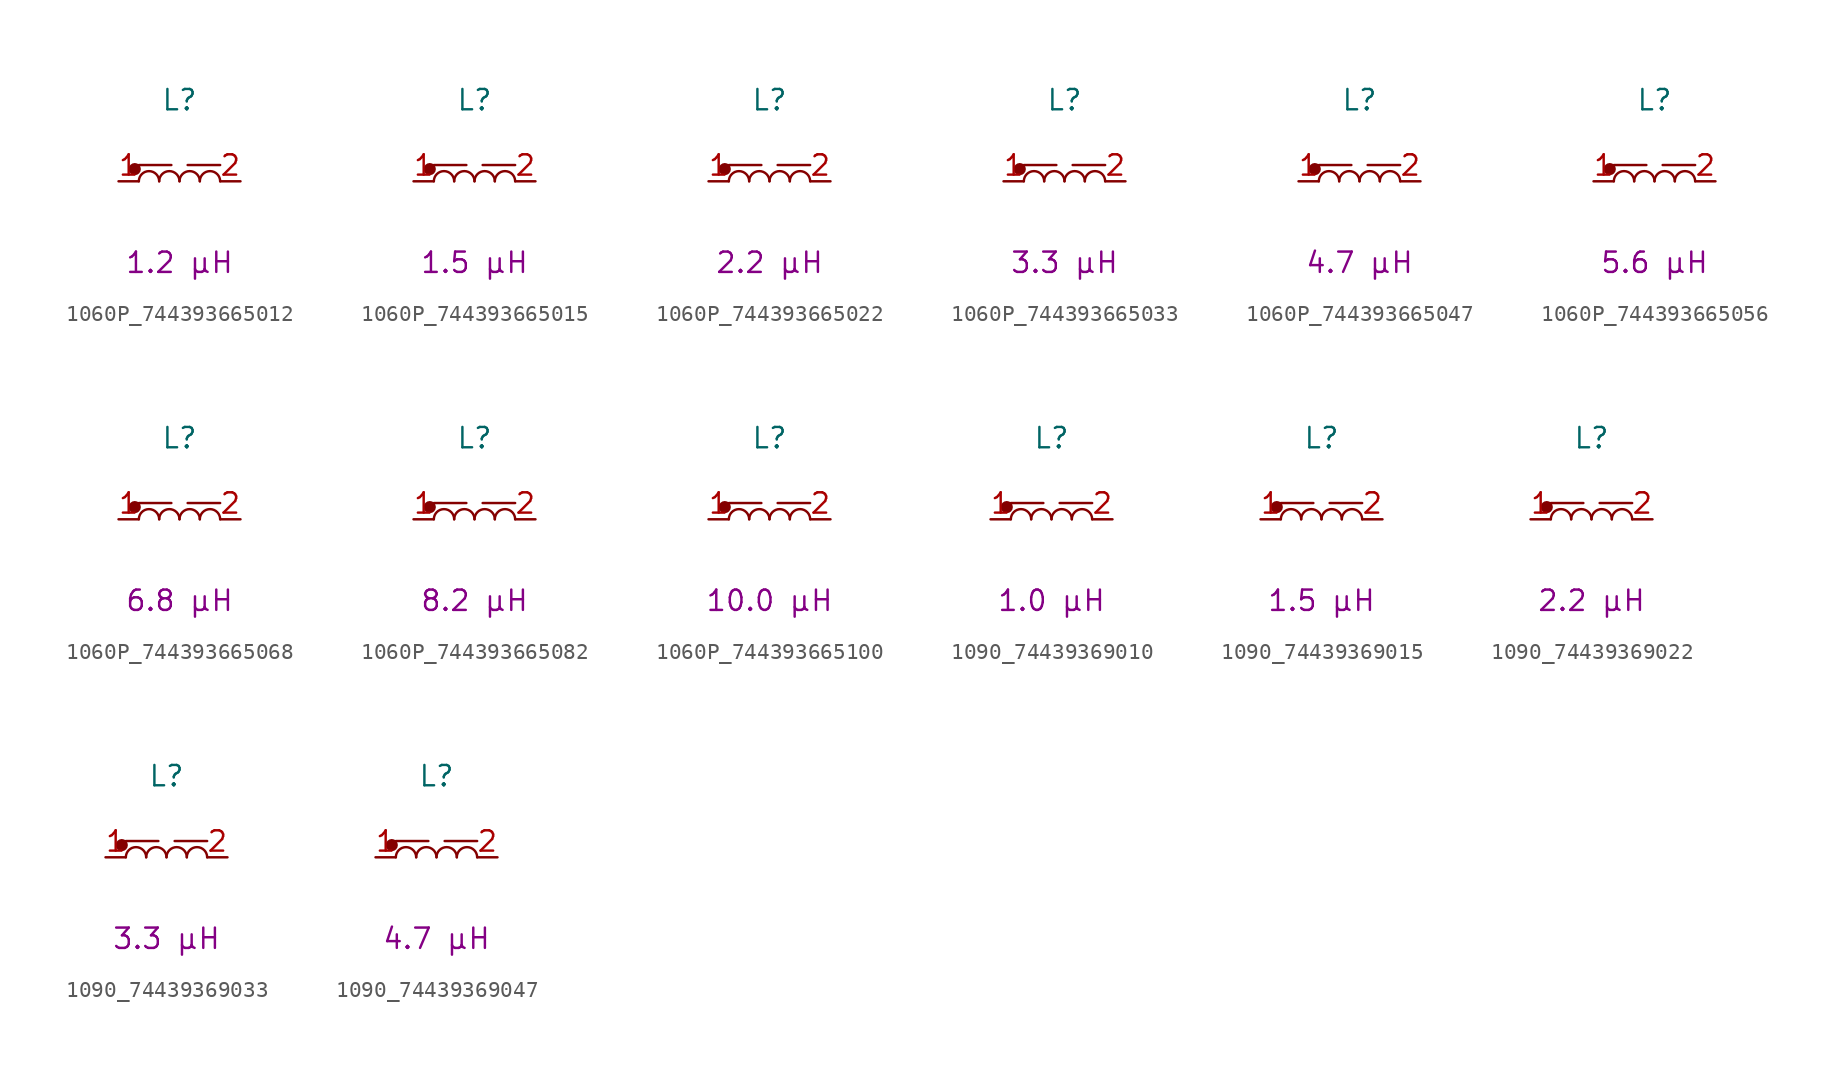
<source format=kicad_sym>
(kicad_symbol_lib
  (version 20220914)
  (generator kicad_symbol_editor)
  (symbol "1060P_744393665012"
    (pin_names hide)
    (property "Reference" "L"
      (at 0 5.08 0)
      (effects (font (size 1.27 1.27))))
    (property "Critical Parameter" "1.2 µH"
      (at 0 -5.08 0)
      (effects (font (size 1.27 1.27))))
    (symbol "1060P_744393665012_0_1"
      (arc (start -1.27 0) (mid -1.905 0.6323) (end -2.54 0) (stroke (width 0) (type default)) (fill (type none)))
      (arc (start 0 0) (mid -0.635 0.6323) (end -1.27 0) (stroke (width 0) (type default)) (fill (type none)))
      (polyline (pts (xy -2.54 1.016) (xy -0.508 1.016)) (stroke (width 0) (type default)) (fill (type none)))
      (arc (start 1.27 0) (mid 0.635 0.6323) (end 0 0) (stroke (width 0) (type default)) (fill (type none)))
      (arc (start 2.54 0) (mid 1.905 0.6323) (end 1.27 0) (stroke (width 0) (type default)) (fill (type none))))
    (symbol "1060P_744393665012_1_1"
      (circle (center -2.794 0.762) (radius 0.0001) (stroke (width 0.381) (type default)) (fill (type none)))
      (polyline (pts (xy 2.54 1.016) (xy 0.508 1.016)) (stroke (width 0) (type default)) (fill (type none)))
      (pin passive line (at -3.81 0 0) (length 1.27) (name "1" (effects (font (size 1.27 1.27)))) (number "1" (effects (font (size 1.27 1.27)))))
      (pin passive line (at 3.81 0 180) (length 1.27) (name "2" (effects (font (size 1.27 1.27)))) (number "2" (effects (font (size 1.27 1.27)))))))
  (symbol "1060P_744393665015"
    (pin_names hide)
    (property "Reference" "L"
      (at 0 5.08 0)
      (effects (font (size 1.27 1.27))))
    (property "Critical Parameter" "1.5 µH"
      (at 0 -5.08 0)
      (effects (font (size 1.27 1.27))))
    (symbol "1060P_744393665015_0_1"
      (arc (start -1.27 0) (mid -1.905 0.6323) (end -2.54 0) (stroke (width 0) (type default)) (fill (type none)))
      (arc (start 0 0) (mid -0.635 0.6323) (end -1.27 0) (stroke (width 0) (type default)) (fill (type none)))
      (polyline (pts (xy -2.54 1.016) (xy -0.508 1.016)) (stroke (width 0) (type default)) (fill (type none)))
      (arc (start 1.27 0) (mid 0.635 0.6323) (end 0 0) (stroke (width 0) (type default)) (fill (type none)))
      (arc (start 2.54 0) (mid 1.905 0.6323) (end 1.27 0) (stroke (width 0) (type default)) (fill (type none))))
    (symbol "1060P_744393665015_1_1"
      (circle (center -2.794 0.762) (radius 0.0001) (stroke (width 0.381) (type default)) (fill (type none)))
      (polyline (pts (xy 2.54 1.016) (xy 0.508 1.016)) (stroke (width 0) (type default)) (fill (type none)))
      (pin passive line (at -3.81 0 0) (length 1.27) (name "1" (effects (font (size 1.27 1.27)))) (number "1" (effects (font (size 1.27 1.27)))))
      (pin passive line (at 3.81 0 180) (length 1.27) (name "2" (effects (font (size 1.27 1.27)))) (number "2" (effects (font (size 1.27 1.27)))))))
  (symbol "1060P_744393665022"
    (pin_names hide)
    (property "Reference" "L"
      (at 0 5.08 0)
      (effects (font (size 1.27 1.27))))
    (property "Critical Parameter" "2.2 µH"
      (at 0 -5.08 0)
      (effects (font (size 1.27 1.27))))
    (symbol "1060P_744393665022_0_1"
      (arc (start -1.27 0) (mid -1.905 0.6323) (end -2.54 0) (stroke (width 0) (type default)) (fill (type none)))
      (arc (start 0 0) (mid -0.635 0.6323) (end -1.27 0) (stroke (width 0) (type default)) (fill (type none)))
      (polyline (pts (xy -2.54 1.016) (xy -0.508 1.016)) (stroke (width 0) (type default)) (fill (type none)))
      (arc (start 1.27 0) (mid 0.635 0.6323) (end 0 0) (stroke (width 0) (type default)) (fill (type none)))
      (arc (start 2.54 0) (mid 1.905 0.6323) (end 1.27 0) (stroke (width 0) (type default)) (fill (type none))))
    (symbol "1060P_744393665022_1_1"
      (circle (center -2.794 0.762) (radius 0.0001) (stroke (width 0.381) (type default)) (fill (type none)))
      (polyline (pts (xy 2.54 1.016) (xy 0.508 1.016)) (stroke (width 0) (type default)) (fill (type none)))
      (pin passive line (at -3.81 0 0) (length 1.27) (name "1" (effects (font (size 1.27 1.27)))) (number "1" (effects (font (size 1.27 1.27)))))
      (pin passive line (at 3.81 0 180) (length 1.27) (name "2" (effects (font (size 1.27 1.27)))) (number "2" (effects (font (size 1.27 1.27)))))))
  (symbol "1060P_744393665033"
    (pin_names hide)
    (property "Reference" "L"
      (at 0 5.08 0)
      (effects (font (size 1.27 1.27))))
    (property "Critical Parameter" "3.3 µH"
      (at 0 -5.08 0)
      (effects (font (size 1.27 1.27))))
    (symbol "1060P_744393665033_0_1"
      (arc (start -1.27 0) (mid -1.905 0.6323) (end -2.54 0) (stroke (width 0) (type default)) (fill (type none)))
      (arc (start 0 0) (mid -0.635 0.6323) (end -1.27 0) (stroke (width 0) (type default)) (fill (type none)))
      (polyline (pts (xy -2.54 1.016) (xy -0.508 1.016)) (stroke (width 0) (type default)) (fill (type none)))
      (arc (start 1.27 0) (mid 0.635 0.6323) (end 0 0) (stroke (width 0) (type default)) (fill (type none)))
      (arc (start 2.54 0) (mid 1.905 0.6323) (end 1.27 0) (stroke (width 0) (type default)) (fill (type none))))
    (symbol "1060P_744393665033_1_1"
      (circle (center -2.794 0.762) (radius 0.0001) (stroke (width 0.381) (type default)) (fill (type none)))
      (polyline (pts (xy 2.54 1.016) (xy 0.508 1.016)) (stroke (width 0) (type default)) (fill (type none)))
      (pin passive line (at -3.81 0 0) (length 1.27) (name "1" (effects (font (size 1.27 1.27)))) (number "1" (effects (font (size 1.27 1.27)))))
      (pin passive line (at 3.81 0 180) (length 1.27) (name "2" (effects (font (size 1.27 1.27)))) (number "2" (effects (font (size 1.27 1.27)))))))
  (symbol "1060P_744393665047"
    (pin_names hide)
    (property "Reference" "L"
      (at 0 5.08 0)
      (effects (font (size 1.27 1.27))))
    (property "Critical Parameter" "4.7 µH"
      (at 0 -5.08 0)
      (effects (font (size 1.27 1.27))))
    (symbol "1060P_744393665047_0_1"
      (arc (start -1.27 0) (mid -1.905 0.6323) (end -2.54 0) (stroke (width 0) (type default)) (fill (type none)))
      (arc (start 0 0) (mid -0.635 0.6323) (end -1.27 0) (stroke (width 0) (type default)) (fill (type none)))
      (polyline (pts (xy -2.54 1.016) (xy -0.508 1.016)) (stroke (width 0) (type default)) (fill (type none)))
      (arc (start 1.27 0) (mid 0.635 0.6323) (end 0 0) (stroke (width 0) (type default)) (fill (type none)))
      (arc (start 2.54 0) (mid 1.905 0.6323) (end 1.27 0) (stroke (width 0) (type default)) (fill (type none))))
    (symbol "1060P_744393665047_1_1"
      (circle (center -2.794 0.762) (radius 0.0001) (stroke (width 0.381) (type default)) (fill (type none)))
      (polyline (pts (xy 2.54 1.016) (xy 0.508 1.016)) (stroke (width 0) (type default)) (fill (type none)))
      (pin passive line (at -3.81 0 0) (length 1.27) (name "1" (effects (font (size 1.27 1.27)))) (number "1" (effects (font (size 1.27 1.27)))))
      (pin passive line (at 3.81 0 180) (length 1.27) (name "2" (effects (font (size 1.27 1.27)))) (number "2" (effects (font (size 1.27 1.27)))))))
  (symbol "1060P_744393665056"
    (pin_names hide)
    (property "Reference" "L"
      (at 0 5.08 0)
      (effects (font (size 1.27 1.27))))
    (property "Critical Parameter" "5.6 µH"
      (at 0 -5.08 0)
      (effects (font (size 1.27 1.27))))
    (symbol "1060P_744393665056_0_1"
      (arc (start -1.27 0) (mid -1.905 0.6323) (end -2.54 0) (stroke (width 0) (type default)) (fill (type none)))
      (arc (start 0 0) (mid -0.635 0.6323) (end -1.27 0) (stroke (width 0) (type default)) (fill (type none)))
      (polyline (pts (xy -2.54 1.016) (xy -0.508 1.016)) (stroke (width 0) (type default)) (fill (type none)))
      (arc (start 1.27 0) (mid 0.635 0.6323) (end 0 0) (stroke (width 0) (type default)) (fill (type none)))
      (arc (start 2.54 0) (mid 1.905 0.6323) (end 1.27 0) (stroke (width 0) (type default)) (fill (type none))))
    (symbol "1060P_744393665056_1_1"
      (circle (center -2.794 0.762) (radius 0.0001) (stroke (width 0.381) (type default)) (fill (type none)))
      (polyline (pts (xy 2.54 1.016) (xy 0.508 1.016)) (stroke (width 0) (type default)) (fill (type none)))
      (pin passive line (at -3.81 0 0) (length 1.27) (name "1" (effects (font (size 1.27 1.27)))) (number "1" (effects (font (size 1.27 1.27)))))
      (pin passive line (at 3.81 0 180) (length 1.27) (name "2" (effects (font (size 1.27 1.27)))) (number "2" (effects (font (size 1.27 1.27)))))))
  (symbol "1060P_744393665068"
    (pin_names hide)
    (property "Reference" "L"
      (at 0 5.08 0)
      (effects (font (size 1.27 1.27))))
    (property "Critical Parameter" "6.8 µH"
      (at 0 -5.08 0)
      (effects (font (size 1.27 1.27))))
    (symbol "1060P_744393665068_0_1"
      (arc (start -1.27 0) (mid -1.905 0.6323) (end -2.54 0) (stroke (width 0) (type default)) (fill (type none)))
      (arc (start 0 0) (mid -0.635 0.6323) (end -1.27 0) (stroke (width 0) (type default)) (fill (type none)))
      (polyline (pts (xy -2.54 1.016) (xy -0.508 1.016)) (stroke (width 0) (type default)) (fill (type none)))
      (arc (start 1.27 0) (mid 0.635 0.6323) (end 0 0) (stroke (width 0) (type default)) (fill (type none)))
      (arc (start 2.54 0) (mid 1.905 0.6323) (end 1.27 0) (stroke (width 0) (type default)) (fill (type none))))
    (symbol "1060P_744393665068_1_1"
      (circle (center -2.794 0.762) (radius 0.0001) (stroke (width 0.381) (type default)) (fill (type none)))
      (polyline (pts (xy 2.54 1.016) (xy 0.508 1.016)) (stroke (width 0) (type default)) (fill (type none)))
      (pin passive line (at -3.81 0 0) (length 1.27) (name "1" (effects (font (size 1.27 1.27)))) (number "1" (effects (font (size 1.27 1.27)))))
      (pin passive line (at 3.81 0 180) (length 1.27) (name "2" (effects (font (size 1.27 1.27)))) (number "2" (effects (font (size 1.27 1.27)))))))
  (symbol "1060P_744393665082"
    (pin_names hide)
    (property "Reference" "L"
      (at 0 5.08 0)
      (effects (font (size 1.27 1.27))))
    (property "Critical Parameter" "8.2 µH"
      (at 0 -5.08 0)
      (effects (font (size 1.27 1.27))))
    (symbol "1060P_744393665082_0_1"
      (arc (start -1.27 0) (mid -1.905 0.6323) (end -2.54 0) (stroke (width 0) (type default)) (fill (type none)))
      (arc (start 0 0) (mid -0.635 0.6323) (end -1.27 0) (stroke (width 0) (type default)) (fill (type none)))
      (polyline (pts (xy -2.54 1.016) (xy -0.508 1.016)) (stroke (width 0) (type default)) (fill (type none)))
      (arc (start 1.27 0) (mid 0.635 0.6323) (end 0 0) (stroke (width 0) (type default)) (fill (type none)))
      (arc (start 2.54 0) (mid 1.905 0.6323) (end 1.27 0) (stroke (width 0) (type default)) (fill (type none))))
    (symbol "1060P_744393665082_1_1"
      (circle (center -2.794 0.762) (radius 0.0001) (stroke (width 0.381) (type default)) (fill (type none)))
      (polyline (pts (xy 2.54 1.016) (xy 0.508 1.016)) (stroke (width 0) (type default)) (fill (type none)))
      (pin passive line (at -3.81 0 0) (length 1.27) (name "1" (effects (font (size 1.27 1.27)))) (number "1" (effects (font (size 1.27 1.27)))))
      (pin passive line (at 3.81 0 180) (length 1.27) (name "2" (effects (font (size 1.27 1.27)))) (number "2" (effects (font (size 1.27 1.27)))))))
  (symbol "1060P_744393665100"
    (pin_names hide)
    (property "Reference" "L"
      (at 0 5.08 0)
      (effects (font (size 1.27 1.27))))
    (property "Critical Parameter" "10.0 µH"
      (at 0 -5.08 0)
      (effects (font (size 1.27 1.27))))
    (symbol "1060P_744393665100_0_1"
      (arc (start -1.27 0) (mid -1.905 0.6323) (end -2.54 0) (stroke (width 0) (type default)) (fill (type none)))
      (arc (start 0 0) (mid -0.635 0.6323) (end -1.27 0) (stroke (width 0) (type default)) (fill (type none)))
      (polyline (pts (xy -2.54 1.016) (xy -0.508 1.016)) (stroke (width 0) (type default)) (fill (type none)))
      (arc (start 1.27 0) (mid 0.635 0.6323) (end 0 0) (stroke (width 0) (type default)) (fill (type none)))
      (arc (start 2.54 0) (mid 1.905 0.6323) (end 1.27 0) (stroke (width 0) (type default)) (fill (type none))))
    (symbol "1060P_744393665100_1_1"
      (circle (center -2.794 0.762) (radius 0.0001) (stroke (width 0.381) (type default)) (fill (type none)))
      (polyline (pts (xy 2.54 1.016) (xy 0.508 1.016)) (stroke (width 0) (type default)) (fill (type none)))
      (pin passive line (at -3.81 0 0) (length 1.27) (name "1" (effects (font (size 1.27 1.27)))) (number "1" (effects (font (size 1.27 1.27)))))
      (pin passive line (at 3.81 0 180) (length 1.27) (name "2" (effects (font (size 1.27 1.27)))) (number "2" (effects (font (size 1.27 1.27)))))))
  (symbol "1090_74439369010"
    (pin_names hide)
    (property "Reference" "L"
      (at 0 5.08 0)
      (effects (font (size 1.27 1.27))))
    (property "Critical Parameter" "1.0 µH"
      (at 0 -5.08 0)
      (effects (font (size 1.27 1.27))))
    (symbol "1090_74439369010_0_1"
      (arc (start -1.27 0) (mid -1.905 0.6323) (end -2.54 0) (stroke (width 0) (type default)) (fill (type none)))
      (arc (start 0 0) (mid -0.635 0.6323) (end -1.27 0) (stroke (width 0) (type default)) (fill (type none)))
      (polyline (pts (xy -2.54 1.016) (xy -0.508 1.016)) (stroke (width 0) (type default)) (fill (type none)))
      (arc (start 1.27 0) (mid 0.635 0.6323) (end 0 0) (stroke (width 0) (type default)) (fill (type none)))
      (arc (start 2.54 0) (mid 1.905 0.6323) (end 1.27 0) (stroke (width 0) (type default)) (fill (type none))))
    (symbol "1090_74439369010_1_1"
      (circle (center -2.794 0.762) (radius 0.0001) (stroke (width 0.381) (type default)) (fill (type none)))
      (polyline (pts (xy 2.54 1.016) (xy 0.508 1.016)) (stroke (width 0) (type default)) (fill (type none)))
      (pin passive line (at -3.81 0 0) (length 1.27) (name "1" (effects (font (size 1.27 1.27)))) (number "1" (effects (font (size 1.27 1.27)))))
      (pin passive line (at 3.81 0 180) (length 1.27) (name "2" (effects (font (size 1.27 1.27)))) (number "2" (effects (font (size 1.27 1.27)))))))
  (symbol "1090_74439369015"
    (pin_names hide)
    (property "Reference" "L"
      (at 0 5.08 0)
      (effects (font (size 1.27 1.27))))
    (property "Critical Parameter" "1.5 µH"
      (at 0 -5.08 0)
      (effects (font (size 1.27 1.27))))
    (symbol "1090_74439369015_0_1"
      (arc (start -1.27 0) (mid -1.905 0.6323) (end -2.54 0) (stroke (width 0) (type default)) (fill (type none)))
      (arc (start 0 0) (mid -0.635 0.6323) (end -1.27 0) (stroke (width 0) (type default)) (fill (type none)))
      (polyline (pts (xy -2.54 1.016) (xy -0.508 1.016)) (stroke (width 0) (type default)) (fill (type none)))
      (arc (start 1.27 0) (mid 0.635 0.6323) (end 0 0) (stroke (width 0) (type default)) (fill (type none)))
      (arc (start 2.54 0) (mid 1.905 0.6323) (end 1.27 0) (stroke (width 0) (type default)) (fill (type none))))
    (symbol "1090_74439369015_1_1"
      (circle (center -2.794 0.762) (radius 0.0001) (stroke (width 0.381) (type default)) (fill (type none)))
      (polyline (pts (xy 2.54 1.016) (xy 0.508 1.016)) (stroke (width 0) (type default)) (fill (type none)))
      (pin passive line (at -3.81 0 0) (length 1.27) (name "1" (effects (font (size 1.27 1.27)))) (number "1" (effects (font (size 1.27 1.27)))))
      (pin passive line (at 3.81 0 180) (length 1.27) (name "2" (effects (font (size 1.27 1.27)))) (number "2" (effects (font (size 1.27 1.27)))))))
  (symbol "1090_74439369022"
    (pin_names hide)
    (property "Reference" "L"
      (at 0 5.08 0)
      (effects (font (size 1.27 1.27))))
    (property "Critical Parameter" "2.2 µH"
      (at 0 -5.08 0)
      (effects (font (size 1.27 1.27))))
    (symbol "1090_74439369022_0_1"
      (arc (start -1.27 0) (mid -1.905 0.6323) (end -2.54 0) (stroke (width 0) (type default)) (fill (type none)))
      (arc (start 0 0) (mid -0.635 0.6323) (end -1.27 0) (stroke (width 0) (type default)) (fill (type none)))
      (polyline (pts (xy -2.54 1.016) (xy -0.508 1.016)) (stroke (width 0) (type default)) (fill (type none)))
      (arc (start 1.27 0) (mid 0.635 0.6323) (end 0 0) (stroke (width 0) (type default)) (fill (type none)))
      (arc (start 2.54 0) (mid 1.905 0.6323) (end 1.27 0) (stroke (width 0) (type default)) (fill (type none))))
    (symbol "1090_74439369022_1_1"
      (circle (center -2.794 0.762) (radius 0.0001) (stroke (width 0.381) (type default)) (fill (type none)))
      (polyline (pts (xy 2.54 1.016) (xy 0.508 1.016)) (stroke (width 0) (type default)) (fill (type none)))
      (pin passive line (at -3.81 0 0) (length 1.27) (name "1" (effects (font (size 1.27 1.27)))) (number "1" (effects (font (size 1.27 1.27)))))
      (pin passive line (at 3.81 0 180) (length 1.27) (name "2" (effects (font (size 1.27 1.27)))) (number "2" (effects (font (size 1.27 1.27)))))))
  (symbol "1090_74439369033"
    (pin_names hide)
    (property "Reference" "L"
      (at 0 5.08 0)
      (effects (font (size 1.27 1.27))))
    (property "Critical Parameter" "3.3 µH"
      (at 0 -5.08 0)
      (effects (font (size 1.27 1.27))))
    (symbol "1090_74439369033_0_1"
      (arc (start -1.27 0) (mid -1.905 0.6323) (end -2.54 0) (stroke (width 0) (type default)) (fill (type none)))
      (arc (start 0 0) (mid -0.635 0.6323) (end -1.27 0) (stroke (width 0) (type default)) (fill (type none)))
      (polyline (pts (xy -2.54 1.016) (xy -0.508 1.016)) (stroke (width 0) (type default)) (fill (type none)))
      (arc (start 1.27 0) (mid 0.635 0.6323) (end 0 0) (stroke (width 0) (type default)) (fill (type none)))
      (arc (start 2.54 0) (mid 1.905 0.6323) (end 1.27 0) (stroke (width 0) (type default)) (fill (type none))))
    (symbol "1090_74439369033_1_1"
      (circle (center -2.794 0.762) (radius 0.0001) (stroke (width 0.381) (type default)) (fill (type none)))
      (polyline (pts (xy 2.54 1.016) (xy 0.508 1.016)) (stroke (width 0) (type default)) (fill (type none)))
      (pin passive line (at -3.81 0 0) (length 1.27) (name "1" (effects (font (size 1.27 1.27)))) (number "1" (effects (font (size 1.27 1.27)))))
      (pin passive line (at 3.81 0 180) (length 1.27) (name "2" (effects (font (size 1.27 1.27)))) (number "2" (effects (font (size 1.27 1.27)))))))
  (symbol "1090_74439369047"
    (pin_names hide)
    (property "Reference" "L"
      (at 0 5.08 0)
      (effects (font (size 1.27 1.27))))
    (property "Critical Parameter" "4.7 µH"
      (at 0 -5.08 0)
      (effects (font (size 1.27 1.27))))
    (symbol "1090_74439369047_0_1"
      (arc (start -1.27 0) (mid -1.905 0.6323) (end -2.54 0) (stroke (width 0) (type default)) (fill (type none)))
      (arc (start 0 0) (mid -0.635 0.6323) (end -1.27 0) (stroke (width 0) (type default)) (fill (type none)))
      (polyline (pts (xy -2.54 1.016) (xy -0.508 1.016)) (stroke (width 0) (type default)) (fill (type none)))
      (arc (start 1.27 0) (mid 0.635 0.6323) (end 0 0) (stroke (width 0) (type default)) (fill (type none)))
      (arc (start 2.54 0) (mid 1.905 0.6323) (end 1.27 0) (stroke (width 0) (type default)) (fill (type none))))
    (symbol "1090_74439369047_1_1"
      (circle (center -2.794 0.762) (radius 0.0001) (stroke (width 0.381) (type default)) (fill (type none)))
      (polyline (pts (xy 2.54 1.016) (xy 0.508 1.016)) (stroke (width 0) (type default)) (fill (type none)))
      (pin passive line (at -3.81 0 0) (length 1.27) (name "1" (effects (font (size 1.27 1.27)))) (number "1" (effects (font (size 1.27 1.27)))))
      (pin passive line (at 3.81 0 180) (length 1.27) (name "2" (effects (font (size 1.27 1.27)))) (number "2" (effects (font (size 1.27 1.27))))))))
</source>
